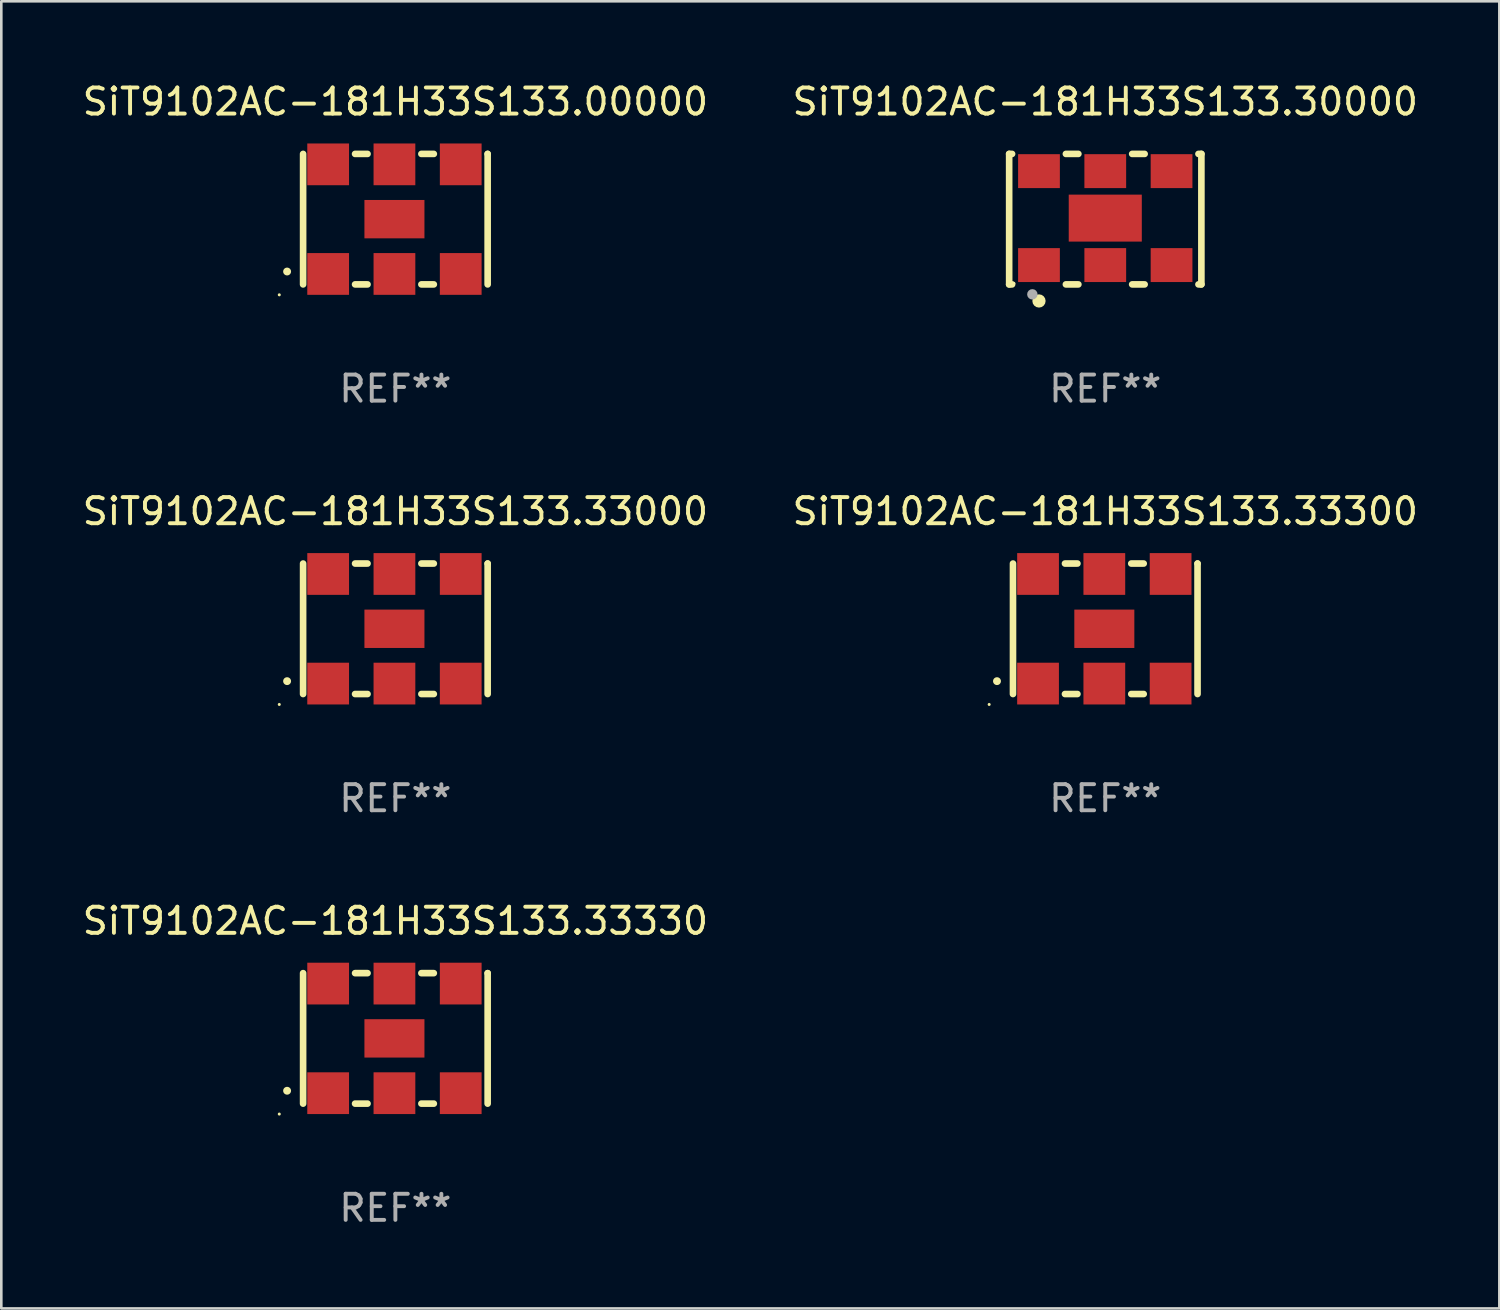
<source format=kicad_pcb>
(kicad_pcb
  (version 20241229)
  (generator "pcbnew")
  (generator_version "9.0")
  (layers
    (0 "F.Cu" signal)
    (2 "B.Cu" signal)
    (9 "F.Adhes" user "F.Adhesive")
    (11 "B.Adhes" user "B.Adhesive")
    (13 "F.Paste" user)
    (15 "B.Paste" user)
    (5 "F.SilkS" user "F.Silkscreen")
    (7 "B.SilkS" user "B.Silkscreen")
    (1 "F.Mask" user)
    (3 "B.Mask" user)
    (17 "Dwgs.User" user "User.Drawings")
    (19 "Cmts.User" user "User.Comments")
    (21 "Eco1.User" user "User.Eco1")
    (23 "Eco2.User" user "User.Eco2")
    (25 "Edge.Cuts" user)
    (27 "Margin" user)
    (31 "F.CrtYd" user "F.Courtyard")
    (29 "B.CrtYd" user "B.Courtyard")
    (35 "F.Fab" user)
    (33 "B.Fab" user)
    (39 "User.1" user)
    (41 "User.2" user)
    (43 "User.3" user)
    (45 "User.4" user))
  (footprint "SiT9102AC-181H33S133.33000"
    (layer "F.Cu")
    (at 12.101 21.045)
    (property "Reference" "SiT9102AC-181H33S133.33000" (at 0 -4.5 0) (layer "F.SilkS") (effects (font (size 1 1) (thickness 0.15))))
    (attr through_hole)
    (fp_line (start -3.536 -2.5) (end -3.536 2.5) (stroke (width 0.254) (type solid)) (layer "F.SilkS"))
    (fp_line (start -1.544 2.5) (end -1.067 2.5) (stroke (width 0.254) (type solid)) (layer "F.SilkS"))
    (fp_line (start -1.067 -2.5) (end -1.544 -2.5) (stroke (width 0.254) (type solid)) (layer "F.SilkS"))
    (fp_line (start 0.996 2.5) (end 1.473 2.5) (stroke (width 0.254) (type solid)) (layer "F.SilkS"))
    (fp_line (start 1.473 -2.5) (end 0.996 -2.5) (stroke (width 0.254) (type solid)) (layer "F.SilkS"))
    (fp_line (start 3.536 -2.5) (end 3.536 -2.5) (stroke (width 0.254) (type solid)) (layer "F.SilkS"))
    (fp_line (start 3.536 2.5) (end 3.536 -2.5) (stroke (width 0.254) (type solid)) (layer "F.SilkS"))
    (fp_arc (start -4.150432 2.006604) (mid -4.149162 2.006599) (end -4.147892 2.006604) (stroke (width 0.3) (type solid)) (layer "F.SilkS"))
    (fp_circle (center -4.449 2.9) (end -4.419 2.9) (stroke (width 0.06) (type solid)) (fill no) (layer "F.SilkS"))
    (fp_text user "REF**" (at 0 6.5 0) (layer "F.Fab") (effects (font (size 1 1) (thickness 0.15))))
    (pad "1" smd rect (at -2.576 2.1) (size 1.6 1.6) (layers "F.Cu" "F.Mask" "F.Paste"))
    (pad "2" smd rect (at -0.036 2.1) (size 1.6 1.6) (layers "F.Cu" "F.Mask" "F.Paste"))
    (pad "3" smd rect (at 2.504 2.1) (size 1.6 1.6) (layers "F.Cu" "F.Mask" "F.Paste"))
    (pad "4" smd rect (at 2.504 -2.1) (size 1.6 1.6) (layers "F.Cu" "F.Mask" "F.Paste"))
    (pad "5" smd rect (at -0.036 -2.1) (size 1.6 1.6) (layers "F.Cu" "F.Mask" "F.Paste"))
    (pad "6" smd rect (at -2.576 -2.1) (size 1.6 1.6) (layers "F.Cu" "F.Mask" "F.Paste"))
    (pad "7" smd rect (at -0.036 0) (size 2.3 1.47) (layers "F.Cu" "F.Mask" "F.Paste")))
  (footprint "SiT9102AC-181H33S133.00000"
    (layer "F.Cu")
    (at 12.101 5.348)
    (property "Reference" "SiT9102AC-181H33S133.00000" (at 0 -4.5 0) (layer "F.SilkS") (effects (font (size 1 1) (thickness 0.15))))
    (attr through_hole)
    (fp_line (start -3.536 -2.5) (end -3.536 2.5) (stroke (width 0.254) (type solid)) (layer "F.SilkS"))
    (fp_line (start -1.544 2.5) (end -1.067 2.5) (stroke (width 0.254) (type solid)) (layer "F.SilkS"))
    (fp_line (start -1.067 -2.5) (end -1.544 -2.5) (stroke (width 0.254) (type solid)) (layer "F.SilkS"))
    (fp_line (start 0.996 2.5) (end 1.473 2.5) (stroke (width 0.254) (type solid)) (layer "F.SilkS"))
    (fp_line (start 1.473 -2.5) (end 0.996 -2.5) (stroke (width 0.254) (type solid)) (layer "F.SilkS"))
    (fp_line (start 3.536 -2.5) (end 3.536 -2.5) (stroke (width 0.254) (type solid)) (layer "F.SilkS"))
    (fp_line (start 3.536 2.5) (end 3.536 -2.5) (stroke (width 0.254) (type solid)) (layer "F.SilkS"))
    (fp_arc (start -4.150432 2.006604) (mid -4.149162 2.006599) (end -4.147892 2.006604) (stroke (width 0.3) (type solid)) (layer "F.SilkS"))
    (fp_circle (center -4.449 2.9) (end -4.419 2.9) (stroke (width 0.06) (type solid)) (fill no) (layer "F.SilkS"))
    (fp_text user "REF**" (at 0 6.5 0) (layer "F.Fab") (effects (font (size 1 1) (thickness 0.15))))
    (pad "1" smd rect (at -2.576 2.1) (size 1.6 1.6) (layers "F.Cu" "F.Mask" "F.Paste"))
    (pad "2" smd rect (at -0.036 2.1) (size 1.6 1.6) (layers "F.Cu" "F.Mask" "F.Paste"))
    (pad "3" smd rect (at 2.504 2.1) (size 1.6 1.6) (layers "F.Cu" "F.Mask" "F.Paste"))
    (pad "4" smd rect (at 2.504 -2.1) (size 1.6 1.6) (layers "F.Cu" "F.Mask" "F.Paste"))
    (pad "5" smd rect (at -0.036 -2.1) (size 1.6 1.6) (layers "F.Cu" "F.Mask" "F.Paste"))
    (pad "6" smd rect (at -2.576 -2.1) (size 1.6 1.6) (layers "F.Cu" "F.Mask" "F.Paste"))
    (pad "7" smd rect (at -0.036 0) (size 2.3 1.47) (layers "F.Cu" "F.Mask" "F.Paste")))
  (footprint "SiT9102AC-181H33S133.30000"
    (layer "F.Cu")
    (at 39.304 5.348)
    (property "Reference" "SiT9102AC-181H33S133.30000" (at 0 -4.5 0) (layer "F.SilkS") (effects (font (size 1 1) (thickness 0.15))))
    (attr through_hole)
    (fp_line (start -3.683 -2.5) (end -3.571 -2.5) (stroke (width 0.254) (type solid)) (layer "F.SilkS"))
    (fp_line (start -3.683 2.5) (end -3.683 -2.5) (stroke (width 0.254) (type solid)) (layer "F.SilkS"))
    (fp_line (start -3.683 2.5) (end -3.571 2.5) (stroke (width 0.254) (type solid)) (layer "F.SilkS"))
    (fp_line (start -1.509 -2.5) (end -1.031 -2.5) (stroke (width 0.254) (type solid)) (layer "F.SilkS"))
    (fp_line (start -1.509 2.5) (end -1.031 2.5) (stroke (width 0.254) (type solid)) (layer "F.SilkS"))
    (fp_line (start 1.031 -2.5) (end 1.509 -2.5) (stroke (width 0.254) (type solid)) (layer "F.SilkS"))
    (fp_line (start 1.031 2.5) (end 1.509 2.5) (stroke (width 0.254) (type solid)) (layer "F.SilkS"))
    (fp_line (start 3.571 -2.5) (end 3.683 -2.5) (stroke (width 0.254) (type solid)) (layer "F.SilkS"))
    (fp_line (start 3.571 2.5) (end 3.683 2.5) (stroke (width 0.254) (type solid)) (layer "F.SilkS"))
    (fp_line (start 3.683 2.5) (end 3.683 -2.5) (stroke (width 0.254) (type solid)) (layer "F.SilkS"))
    (fp_circle (center -3.5 2.46) (end -3.47 2.46) (stroke (width 0.06) (type solid)) (fill no) (layer "F.SilkS"))
    (fp_circle (center -2.54 3.135) (end -2.413 3.135) (stroke (width 0.254) (type solid)) (fill no) (layer "F.SilkS"))
    (fp_circle (center -2.794 2.881) (end -2.694 2.881) (stroke (width 0.2) (type solid)) (fill no) (layer "F.Fab"))
    (fp_text user "REF**" (at 0 6.5 0) (layer "F.Fab") (effects (font (size 1 1) (thickness 0.15))))
    (pad "1" smd rect (at -2.54 1.76) (size 1.6 1.3) (layers "F.Cu" "F.Mask" "F.Paste"))
    (pad "2" smd rect (at 0 1.76) (size 1.6 1.3) (layers "F.Cu" "F.Mask" "F.Paste"))
    (pad "3" smd rect (at 2.54 1.76) (size 1.6 1.3) (layers "F.Cu" "F.Mask" "F.Paste"))
    (pad "4" smd rect (at 2.54 -1.84) (size 1.6 1.3) (layers "F.Cu" "F.Mask" "F.Paste"))
    (pad "5" smd rect (at 0 -1.84) (size 1.6 1.3) (layers "F.Cu" "F.Mask" "F.Paste"))
    (pad "6" smd rect (at -2.54 -1.84) (size 1.6 1.3) (layers "F.Cu" "F.Mask" "F.Paste"))
    (pad "7" smd rect (at 0 -0.04) (size 2.8 1.8) (layers "F.Cu" "F.Mask" "F.Paste")))
  (footprint "SiT9102AC-181H33S133.33300"
    (layer "F.Cu")
    (at 39.304 21.045)
    (property "Reference" "SiT9102AC-181H33S133.33300" (at 0 -4.5 0) (layer "F.SilkS") (effects (font (size 1 1) (thickness 0.15))))
    (attr through_hole)
    (fp_line (start -3.536 -2.5) (end -3.536 2.5) (stroke (width 0.254) (type solid)) (layer "F.SilkS"))
    (fp_line (start -1.544 2.5) (end -1.067 2.5) (stroke (width 0.254) (type solid)) (layer "F.SilkS"))
    (fp_line (start -1.067 -2.5) (end -1.544 -2.5) (stroke (width 0.254) (type solid)) (layer "F.SilkS"))
    (fp_line (start 0.996 2.5) (end 1.473 2.5) (stroke (width 0.254) (type solid)) (layer "F.SilkS"))
    (fp_line (start 1.473 -2.5) (end 0.996 -2.5) (stroke (width 0.254) (type solid)) (layer "F.SilkS"))
    (fp_line (start 3.536 -2.5) (end 3.536 -2.5) (stroke (width 0.254) (type solid)) (layer "F.SilkS"))
    (fp_line (start 3.536 2.5) (end 3.536 -2.5) (stroke (width 0.254) (type solid)) (layer "F.SilkS"))
    (fp_arc (start -4.150432 2.006604) (mid -4.149162 2.006599) (end -4.147892 2.006604) (stroke (width 0.3) (type solid)) (layer "F.SilkS"))
    (fp_circle (center -4.449 2.9) (end -4.419 2.9) (stroke (width 0.06) (type solid)) (fill no) (layer "F.SilkS"))
    (fp_text user "REF**" (at 0 6.5 0) (layer "F.Fab") (effects (font (size 1 1) (thickness 0.15))))
    (pad "1" smd rect (at -2.576 2.1) (size 1.6 1.6) (layers "F.Cu" "F.Mask" "F.Paste"))
    (pad "2" smd rect (at -0.036 2.1) (size 1.6 1.6) (layers "F.Cu" "F.Mask" "F.Paste"))
    (pad "3" smd rect (at 2.504 2.1) (size 1.6 1.6) (layers "F.Cu" "F.Mask" "F.Paste"))
    (pad "4" smd rect (at 2.504 -2.1) (size 1.6 1.6) (layers "F.Cu" "F.Mask" "F.Paste"))
    (pad "5" smd rect (at -0.036 -2.1) (size 1.6 1.6) (layers "F.Cu" "F.Mask" "F.Paste"))
    (pad "6" smd rect (at -2.576 -2.1) (size 1.6 1.6) (layers "F.Cu" "F.Mask" "F.Paste"))
    (pad "7" smd rect (at -0.036 0) (size 2.3 1.47) (layers "F.Cu" "F.Mask" "F.Paste")))
  (footprint "SiT9102AC-181H33S133.33330"
    (layer "F.Cu")
    (at 12.101 36.741)
    (property "Reference" "SiT9102AC-181H33S133.33330" (at 0 -4.5 0) (layer "F.SilkS") (effects (font (size 1 1) (thickness 0.15))))
    (attr through_hole)
    (fp_line (start -3.536 -2.5) (end -3.536 2.5) (stroke (width 0.254) (type solid)) (layer "F.SilkS"))
    (fp_line (start -1.544 2.5) (end -1.067 2.5) (stroke (width 0.254) (type solid)) (layer "F.SilkS"))
    (fp_line (start -1.067 -2.5) (end -1.544 -2.5) (stroke (width 0.254) (type solid)) (layer "F.SilkS"))
    (fp_line (start 0.996 2.5) (end 1.473 2.5) (stroke (width 0.254) (type solid)) (layer "F.SilkS"))
    (fp_line (start 1.473 -2.5) (end 0.996 -2.5) (stroke (width 0.254) (type solid)) (layer "F.SilkS"))
    (fp_line (start 3.536 -2.5) (end 3.536 -2.5) (stroke (width 0.254) (type solid)) (layer "F.SilkS"))
    (fp_line (start 3.536 2.5) (end 3.536 -2.5) (stroke (width 0.254) (type solid)) (layer "F.SilkS"))
    (fp_arc (start -4.150432 2.006604) (mid -4.149162 2.006599) (end -4.147892 2.006604) (stroke (width 0.3) (type solid)) (layer "F.SilkS"))
    (fp_circle (center -4.449 2.9) (end -4.419 2.9) (stroke (width 0.06) (type solid)) (fill no) (layer "F.SilkS"))
    (fp_text user "REF**" (at 0 6.5 0) (layer "F.Fab") (effects (font (size 1 1) (thickness 0.15))))
    (pad "1" smd rect (at -2.576 2.1) (size 1.6 1.6) (layers "F.Cu" "F.Mask" "F.Paste"))
    (pad "2" smd rect (at -0.036 2.1) (size 1.6 1.6) (layers "F.Cu" "F.Mask" "F.Paste"))
    (pad "3" smd rect (at 2.504 2.1) (size 1.6 1.6) (layers "F.Cu" "F.Mask" "F.Paste"))
    (pad "4" smd rect (at 2.504 -2.1) (size 1.6 1.6) (layers "F.Cu" "F.Mask" "F.Paste"))
    (pad "5" smd rect (at -0.036 -2.1) (size 1.6 1.6) (layers "F.Cu" "F.Mask" "F.Paste"))
    (pad "6" smd rect (at -2.576 -2.1) (size 1.6 1.6) (layers "F.Cu" "F.Mask" "F.Paste"))
    (pad "7" smd rect (at -0.036 0) (size 2.3 1.47) (layers "F.Cu" "F.Mask" "F.Paste")))
  (gr_rect
    (start -3 -3)
    (end 54.405 47.09)
    (stroke (width 0.1) (type default))
    (fill no)
    (layer "Edge.Cuts")))
</source>
